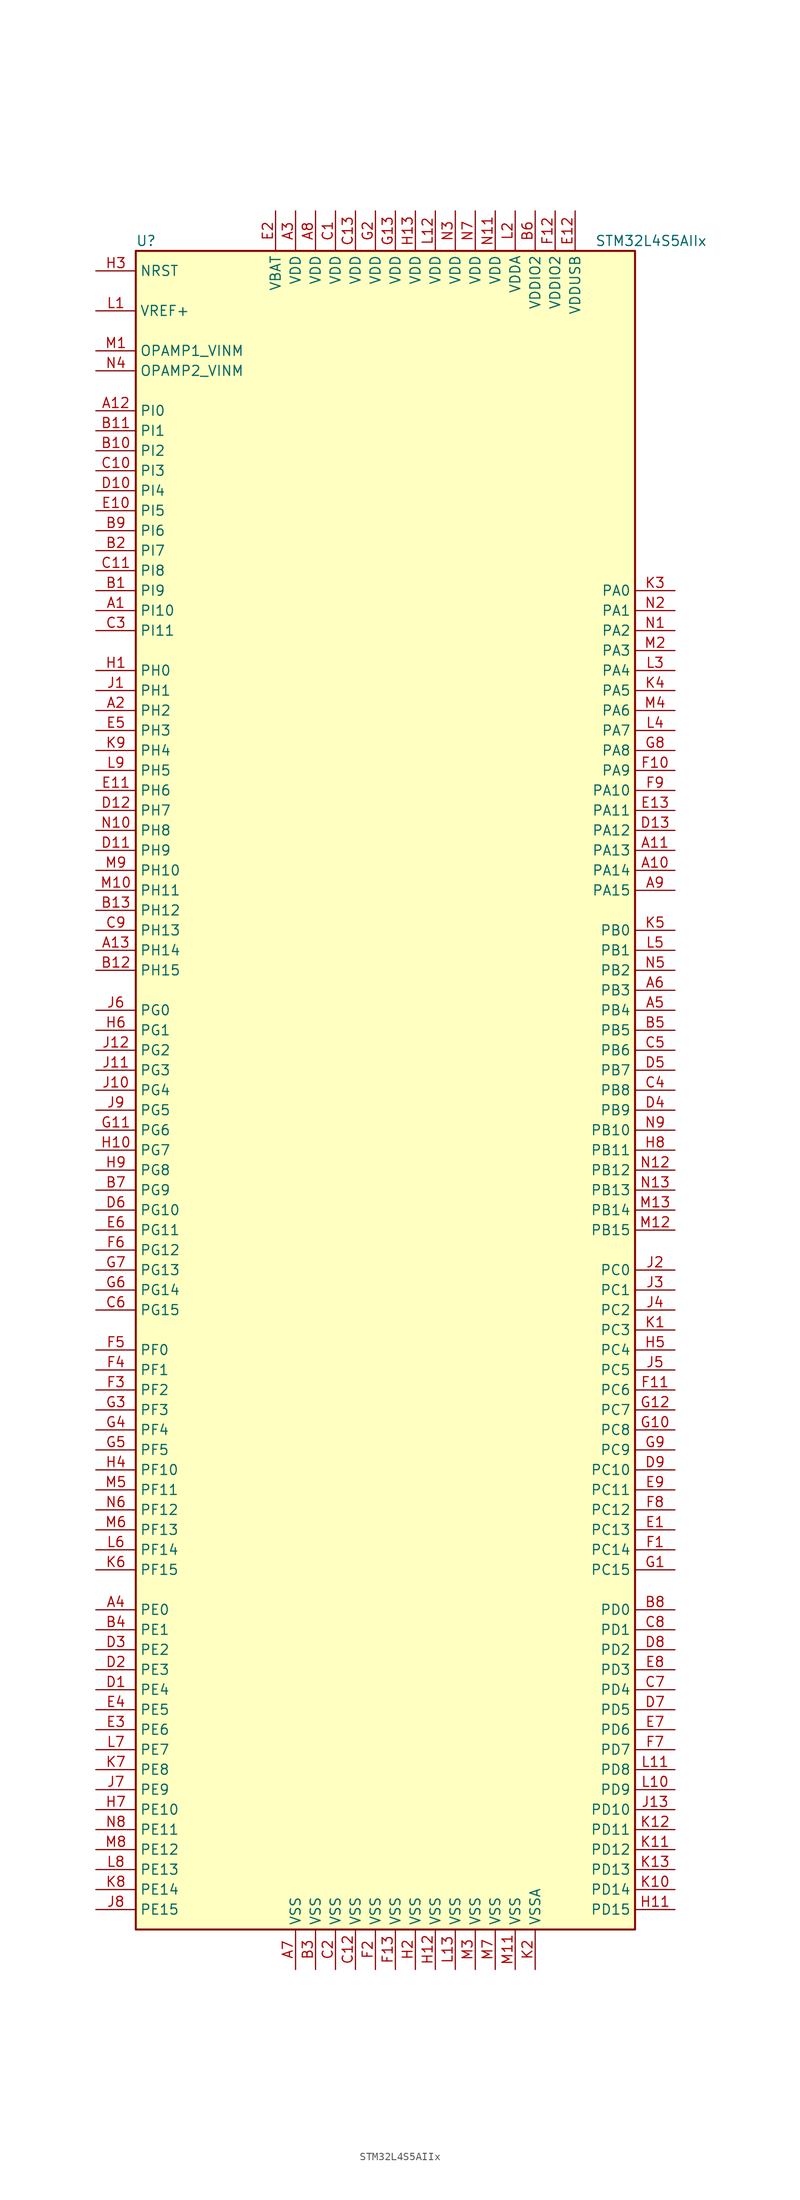
<source format=kicad_sym>
(kicad_symbol_lib
  (version 20220914)
  (generator kicad_symbol_editor)
  (symbol "STM32L4S5AIIx"
    (property "Reference" "U"
      (at -33.02 107.95 0)
      (effects (font (size 1.27 1.27)) (justify left)))
    (property "Value" "STM32L4S5AIIx"
      (at 25.4 107.95 0)
      (effects (font (size 1.27 1.27)) (justify left)))
    (symbol "STM32L4S5AIIx_0_1"
      (rectangle (start -33.02 -106.68) (end 30.48 106.68) (stroke (width 0.254) (type default)) (fill (type background))))
    (symbol "STM32L4S5AIIx_1_1"
      (pin bidirectional line (at -38.1 60.96 0) (length 5.08) (name "PI10" (effects (font (size 1.27 1.27)))) (number "A1" (effects (font (size 1.27 1.27)))))
      (pin bidirectional line (at 35.56 27.94 180) (length 5.08) (name "PA14" (effects (font (size 1.27 1.27)))) (number "A10" (effects (font (size 1.27 1.27)))))
      (pin bidirectional line (at 35.56 30.48 180) (length 5.08) (name "PA13" (effects (font (size 1.27 1.27)))) (number "A11" (effects (font (size 1.27 1.27)))))
      (pin bidirectional line (at -38.1 86.36 0) (length 5.08) (name "PI0" (effects (font (size 1.27 1.27)))) (number "A12" (effects (font (size 1.27 1.27)))))
      (pin bidirectional line (at -38.1 17.78 0) (length 5.08) (name "PH14" (effects (font (size 1.27 1.27)))) (number "A13" (effects (font (size 1.27 1.27)))))
      (pin bidirectional line (at -38.1 48.26 0) (length 5.08) (name "PH2" (effects (font (size 1.27 1.27)))) (number "A2" (effects (font (size 1.27 1.27)))))
      (pin power_in line (at -12.7 111.76 270) (length 5.08) (name "VDD" (effects (font (size 1.27 1.27)))) (number "A3" (effects (font (size 1.27 1.27)))))
      (pin bidirectional line (at -38.1 -66.04 0) (length 5.08) (name "PE0" (effects (font (size 1.27 1.27)))) (number "A4" (effects (font (size 1.27 1.27)))))
      (pin bidirectional line (at 35.56 10.16 180) (length 5.08) (name "PB4" (effects (font (size 1.27 1.27)))) (number "A5" (effects (font (size 1.27 1.27)))))
      (pin bidirectional line (at 35.56 12.7 180) (length 5.08) (name "PB3" (effects (font (size 1.27 1.27)))) (number "A6" (effects (font (size 1.27 1.27)))))
      (pin power_in line (at -12.7 -111.76 90) (length 5.08) (name "VSS" (effects (font (size 1.27 1.27)))) (number "A7" (effects (font (size 1.27 1.27)))))
      (pin power_in line (at -10.16 111.76 270) (length 5.08) (name "VDD" (effects (font (size 1.27 1.27)))) (number "A8" (effects (font (size 1.27 1.27)))))
      (pin bidirectional line (at 35.56 25.4 180) (length 5.08) (name "PA15" (effects (font (size 1.27 1.27)))) (number "A9" (effects (font (size 1.27 1.27)))))
      (pin bidirectional line (at -38.1 63.5 0) (length 5.08) (name "PI9" (effects (font (size 1.27 1.27)))) (number "B1" (effects (font (size 1.27 1.27)))))
      (pin bidirectional line (at -38.1 81.28 0) (length 5.08) (name "PI2" (effects (font (size 1.27 1.27)))) (number "B10" (effects (font (size 1.27 1.27)))))
      (pin bidirectional line (at -38.1 83.82 0) (length 5.08) (name "PI1" (effects (font (size 1.27 1.27)))) (number "B11" (effects (font (size 1.27 1.27)))))
      (pin bidirectional line (at -38.1 15.24 0) (length 5.08) (name "PH15" (effects (font (size 1.27 1.27)))) (number "B12" (effects (font (size 1.27 1.27)))))
      (pin bidirectional line (at -38.1 22.86 0) (length 5.08) (name "PH12" (effects (font (size 1.27 1.27)))) (number "B13" (effects (font (size 1.27 1.27)))))
      (pin bidirectional line (at -38.1 68.58 0) (length 5.08) (name "PI7" (effects (font (size 1.27 1.27)))) (number "B2" (effects (font (size 1.27 1.27)))))
      (pin power_in line (at -10.16 -111.76 90) (length 5.08) (name "VSS" (effects (font (size 1.27 1.27)))) (number "B3" (effects (font (size 1.27 1.27)))))
      (pin bidirectional line (at -38.1 -68.58 0) (length 5.08) (name "PE1" (effects (font (size 1.27 1.27)))) (number "B4" (effects (font (size 1.27 1.27)))))
      (pin bidirectional line (at 35.56 7.62 180) (length 5.08) (name "PB5" (effects (font (size 1.27 1.27)))) (number "B5" (effects (font (size 1.27 1.27)))))
      (pin power_in line (at 17.78 111.76 270) (length 5.08) (name "VDDIO2" (effects (font (size 1.27 1.27)))) (number "B6" (effects (font (size 1.27 1.27)))))
      (pin bidirectional line (at -38.1 -12.7 0) (length 5.08) (name "PG9" (effects (font (size 1.27 1.27)))) (number "B7" (effects (font (size 1.27 1.27)))))
      (pin bidirectional line (at 35.56 -66.04 180) (length 5.08) (name "PD0" (effects (font (size 1.27 1.27)))) (number "B8" (effects (font (size 1.27 1.27)))))
      (pin bidirectional line (at -38.1 71.12 0) (length 5.08) (name "PI6" (effects (font (size 1.27 1.27)))) (number "B9" (effects (font (size 1.27 1.27)))))
      (pin power_in line (at -7.62 111.76 270) (length 5.08) (name "VDD" (effects (font (size 1.27 1.27)))) (number "C1" (effects (font (size 1.27 1.27)))))
      (pin bidirectional line (at -38.1 78.74 0) (length 5.08) (name "PI3" (effects (font (size 1.27 1.27)))) (number "C10" (effects (font (size 1.27 1.27)))))
      (pin bidirectional line (at -38.1 66.04 0) (length 5.08) (name "PI8" (effects (font (size 1.27 1.27)))) (number "C11" (effects (font (size 1.27 1.27)))))
      (pin power_in line (at -5.08 -111.76 90) (length 5.08) (name "VSS" (effects (font (size 1.27 1.27)))) (number "C12" (effects (font (size 1.27 1.27)))))
      (pin power_in line (at -5.08 111.76 270) (length 5.08) (name "VDD" (effects (font (size 1.27 1.27)))) (number "C13" (effects (font (size 1.27 1.27)))))
      (pin power_in line (at -7.62 -111.76 90) (length 5.08) (name "VSS" (effects (font (size 1.27 1.27)))) (number "C2" (effects (font (size 1.27 1.27)))))
      (pin bidirectional line (at -38.1 58.42 0) (length 5.08) (name "PI11" (effects (font (size 1.27 1.27)))) (number "C3" (effects (font (size 1.27 1.27)))))
      (pin bidirectional line (at 35.56 0 180) (length 5.08) (name "PB8" (effects (font (size 1.27 1.27)))) (number "C4" (effects (font (size 1.27 1.27)))))
      (pin bidirectional line (at 35.56 5.08 180) (length 5.08) (name "PB6" (effects (font (size 1.27 1.27)))) (number "C5" (effects (font (size 1.27 1.27)))))
      (pin bidirectional line (at -38.1 -27.94 0) (length 5.08) (name "PG15" (effects (font (size 1.27 1.27)))) (number "C6" (effects (font (size 1.27 1.27)))))
      (pin bidirectional line (at 35.56 -76.2 180) (length 5.08) (name "PD4" (effects (font (size 1.27 1.27)))) (number "C7" (effects (font (size 1.27 1.27)))))
      (pin bidirectional line (at 35.56 -68.58 180) (length 5.08) (name "PD1" (effects (font (size 1.27 1.27)))) (number "C8" (effects (font (size 1.27 1.27)))))
      (pin bidirectional line (at -38.1 20.32 0) (length 5.08) (name "PH13" (effects (font (size 1.27 1.27)))) (number "C9" (effects (font (size 1.27 1.27)))))
      (pin bidirectional line (at -38.1 -76.2 0) (length 5.08) (name "PE4" (effects (font (size 1.27 1.27)))) (number "D1" (effects (font (size 1.27 1.27)))))
      (pin bidirectional line (at -38.1 76.2 0) (length 5.08) (name "PI4" (effects (font (size 1.27 1.27)))) (number "D10" (effects (font (size 1.27 1.27)))))
      (pin bidirectional line (at -38.1 30.48 0) (length 5.08) (name "PH9" (effects (font (size 1.27 1.27)))) (number "D11" (effects (font (size 1.27 1.27)))))
      (pin bidirectional line (at -38.1 35.56 0) (length 5.08) (name "PH7" (effects (font (size 1.27 1.27)))) (number "D12" (effects (font (size 1.27 1.27)))))
      (pin bidirectional line (at 35.56 33.02 180) (length 5.08) (name "PA12" (effects (font (size 1.27 1.27)))) (number "D13" (effects (font (size 1.27 1.27)))))
      (pin bidirectional line (at -38.1 -73.66 0) (length 5.08) (name "PE3" (effects (font (size 1.27 1.27)))) (number "D2" (effects (font (size 1.27 1.27)))))
      (pin bidirectional line (at -38.1 -71.12 0) (length 5.08) (name "PE2" (effects (font (size 1.27 1.27)))) (number "D3" (effects (font (size 1.27 1.27)))))
      (pin bidirectional line (at 35.56 -2.54 180) (length 5.08) (name "PB9" (effects (font (size 1.27 1.27)))) (number "D4" (effects (font (size 1.27 1.27)))))
      (pin bidirectional line (at 35.56 2.54 180) (length 5.08) (name "PB7" (effects (font (size 1.27 1.27)))) (number "D5" (effects (font (size 1.27 1.27)))))
      (pin bidirectional line (at -38.1 -15.24 0) (length 5.08) (name "PG10" (effects (font (size 1.27 1.27)))) (number "D6" (effects (font (size 1.27 1.27)))))
      (pin bidirectional line (at 35.56 -78.74 180) (length 5.08) (name "PD5" (effects (font (size 1.27 1.27)))) (number "D7" (effects (font (size 1.27 1.27)))))
      (pin bidirectional line (at 35.56 -71.12 180) (length 5.08) (name "PD2" (effects (font (size 1.27 1.27)))) (number "D8" (effects (font (size 1.27 1.27)))))
      (pin bidirectional line (at 35.56 -48.26 180) (length 5.08) (name "PC10" (effects (font (size 1.27 1.27)))) (number "D9" (effects (font (size 1.27 1.27)))))
      (pin bidirectional line (at 35.56 -55.88 180) (length 5.08) (name "PC13" (effects (font (size 1.27 1.27)))) (number "E1" (effects (font (size 1.27 1.27)))))
      (pin bidirectional line (at -38.1 73.66 0) (length 5.08) (name "PI5" (effects (font (size 1.27 1.27)))) (number "E10" (effects (font (size 1.27 1.27)))))
      (pin bidirectional line (at -38.1 38.1 0) (length 5.08) (name "PH6" (effects (font (size 1.27 1.27)))) (number "E11" (effects (font (size 1.27 1.27)))))
      (pin power_in line (at 22.86 111.76 270) (length 5.08) (name "VDDUSB" (effects (font (size 1.27 1.27)))) (number "E12" (effects (font (size 1.27 1.27)))))
      (pin bidirectional line (at 35.56 35.56 180) (length 5.08) (name "PA11" (effects (font (size 1.27 1.27)))) (number "E13" (effects (font (size 1.27 1.27)))))
      (pin power_in line (at -15.24 111.76 270) (length 5.08) (name "VBAT" (effects (font (size 1.27 1.27)))) (number "E2" (effects (font (size 1.27 1.27)))))
      (pin bidirectional line (at -38.1 -81.28 0) (length 5.08) (name "PE6" (effects (font (size 1.27 1.27)))) (number "E3" (effects (font (size 1.27 1.27)))))
      (pin bidirectional line (at -38.1 -78.74 0) (length 5.08) (name "PE5" (effects (font (size 1.27 1.27)))) (number "E4" (effects (font (size 1.27 1.27)))))
      (pin bidirectional line (at -38.1 45.72 0) (length 5.08) (name "PH3" (effects (font (size 1.27 1.27)))) (number "E5" (effects (font (size 1.27 1.27)))))
      (pin bidirectional line (at -38.1 -17.78 0) (length 5.08) (name "PG11" (effects (font (size 1.27 1.27)))) (number "E6" (effects (font (size 1.27 1.27)))))
      (pin bidirectional line (at 35.56 -81.28 180) (length 5.08) (name "PD6" (effects (font (size 1.27 1.27)))) (number "E7" (effects (font (size 1.27 1.27)))))
      (pin bidirectional line (at 35.56 -73.66 180) (length 5.08) (name "PD3" (effects (font (size 1.27 1.27)))) (number "E8" (effects (font (size 1.27 1.27)))))
      (pin bidirectional line (at 35.56 -50.8 180) (length 5.08) (name "PC11" (effects (font (size 1.27 1.27)))) (number "E9" (effects (font (size 1.27 1.27)))))
      (pin bidirectional line (at 35.56 -58.42 180) (length 5.08) (name "PC14" (effects (font (size 1.27 1.27)))) (number "F1" (effects (font (size 1.27 1.27)))))
      (pin bidirectional line (at 35.56 40.64 180) (length 5.08) (name "PA9" (effects (font (size 1.27 1.27)))) (number "F10" (effects (font (size 1.27 1.27)))))
      (pin bidirectional line (at 35.56 -38.1 180) (length 5.08) (name "PC6" (effects (font (size 1.27 1.27)))) (number "F11" (effects (font (size 1.27 1.27)))))
      (pin power_in line (at 20.32 111.76 270) (length 5.08) (name "VDDIO2" (effects (font (size 1.27 1.27)))) (number "F12" (effects (font (size 1.27 1.27)))))
      (pin power_in line (at 0 -111.76 90) (length 5.08) (name "VSS" (effects (font (size 1.27 1.27)))) (number "F13" (effects (font (size 1.27 1.27)))))
      (pin power_in line (at -2.54 -111.76 90) (length 5.08) (name "VSS" (effects (font (size 1.27 1.27)))) (number "F2" (effects (font (size 1.27 1.27)))))
      (pin bidirectional line (at -38.1 -38.1 0) (length 5.08) (name "PF2" (effects (font (size 1.27 1.27)))) (number "F3" (effects (font (size 1.27 1.27)))))
      (pin bidirectional line (at -38.1 -35.56 0) (length 5.08) (name "PF1" (effects (font (size 1.27 1.27)))) (number "F4" (effects (font (size 1.27 1.27)))))
      (pin bidirectional line (at -38.1 -33.02 0) (length 5.08) (name "PF0" (effects (font (size 1.27 1.27)))) (number "F5" (effects (font (size 1.27 1.27)))))
      (pin bidirectional line (at -38.1 -20.32 0) (length 5.08) (name "PG12" (effects (font (size 1.27 1.27)))) (number "F6" (effects (font (size 1.27 1.27)))))
      (pin bidirectional line (at 35.56 -83.82 180) (length 5.08) (name "PD7" (effects (font (size 1.27 1.27)))) (number "F7" (effects (font (size 1.27 1.27)))))
      (pin bidirectional line (at 35.56 -53.34 180) (length 5.08) (name "PC12" (effects (font (size 1.27 1.27)))) (number "F8" (effects (font (size 1.27 1.27)))))
      (pin bidirectional line (at 35.56 38.1 180) (length 5.08) (name "PA10" (effects (font (size 1.27 1.27)))) (number "F9" (effects (font (size 1.27 1.27)))))
      (pin bidirectional line (at 35.56 -60.96 180) (length 5.08) (name "PC15" (effects (font (size 1.27 1.27)))) (number "G1" (effects (font (size 1.27 1.27)))))
      (pin bidirectional line (at 35.56 -43.18 180) (length 5.08) (name "PC8" (effects (font (size 1.27 1.27)))) (number "G10" (effects (font (size 1.27 1.27)))))
      (pin bidirectional line (at -38.1 -5.08 0) (length 5.08) (name "PG6" (effects (font (size 1.27 1.27)))) (number "G11" (effects (font (size 1.27 1.27)))))
      (pin bidirectional line (at 35.56 -40.64 180) (length 5.08) (name "PC7" (effects (font (size 1.27 1.27)))) (number "G12" (effects (font (size 1.27 1.27)))))
      (pin power_in line (at 0 111.76 270) (length 5.08) (name "VDD" (effects (font (size 1.27 1.27)))) (number "G13" (effects (font (size 1.27 1.27)))))
      (pin power_in line (at -2.54 111.76 270) (length 5.08) (name "VDD" (effects (font (size 1.27 1.27)))) (number "G2" (effects (font (size 1.27 1.27)))))
      (pin bidirectional line (at -38.1 -40.64 0) (length 5.08) (name "PF3" (effects (font (size 1.27 1.27)))) (number "G3" (effects (font (size 1.27 1.27)))))
      (pin bidirectional line (at -38.1 -43.18 0) (length 5.08) (name "PF4" (effects (font (size 1.27 1.27)))) (number "G4" (effects (font (size 1.27 1.27)))))
      (pin bidirectional line (at -38.1 -45.72 0) (length 5.08) (name "PF5" (effects (font (size 1.27 1.27)))) (number "G5" (effects (font (size 1.27 1.27)))))
      (pin bidirectional line (at -38.1 -25.4 0) (length 5.08) (name "PG14" (effects (font (size 1.27 1.27)))) (number "G6" (effects (font (size 1.27 1.27)))))
      (pin bidirectional line (at -38.1 -22.86 0) (length 5.08) (name "PG13" (effects (font (size 1.27 1.27)))) (number "G7" (effects (font (size 1.27 1.27)))))
      (pin bidirectional line (at 35.56 43.18 180) (length 5.08) (name "PA8" (effects (font (size 1.27 1.27)))) (number "G8" (effects (font (size 1.27 1.27)))))
      (pin bidirectional line (at 35.56 -45.72 180) (length 5.08) (name "PC9" (effects (font (size 1.27 1.27)))) (number "G9" (effects (font (size 1.27 1.27)))))
      (pin input line (at -38.1 53.34 0) (length 5.08) (name "PH0" (effects (font (size 1.27 1.27)))) (number "H1" (effects (font (size 1.27 1.27)))))
      (pin bidirectional line (at -38.1 -7.62 0) (length 5.08) (name "PG7" (effects (font (size 1.27 1.27)))) (number "H10" (effects (font (size 1.27 1.27)))))
      (pin bidirectional line (at 35.56 -104.14 180) (length 5.08) (name "PD15" (effects (font (size 1.27 1.27)))) (number "H11" (effects (font (size 1.27 1.27)))))
      (pin power_in line (at 5.08 -111.76 90) (length 5.08) (name "VSS" (effects (font (size 1.27 1.27)))) (number "H12" (effects (font (size 1.27 1.27)))))
      (pin power_in line (at 2.54 111.76 270) (length 5.08) (name "VDD" (effects (font (size 1.27 1.27)))) (number "H13" (effects (font (size 1.27 1.27)))))
      (pin power_in line (at 2.54 -111.76 90) (length 5.08) (name "VSS" (effects (font (size 1.27 1.27)))) (number "H2" (effects (font (size 1.27 1.27)))))
      (pin input line (at -38.1 104.14 0) (length 5.08) (name "NRST" (effects (font (size 1.27 1.27)))) (number "H3" (effects (font (size 1.27 1.27)))))
      (pin bidirectional line (at -38.1 -48.26 0) (length 5.08) (name "PF10" (effects (font (size 1.27 1.27)))) (number "H4" (effects (font (size 1.27 1.27)))))
      (pin bidirectional line (at 35.56 -33.02 180) (length 5.08) (name "PC4" (effects (font (size 1.27 1.27)))) (number "H5" (effects (font (size 1.27 1.27)))))
      (pin bidirectional line (at -38.1 7.62 0) (length 5.08) (name "PG1" (effects (font (size 1.27 1.27)))) (number "H6" (effects (font (size 1.27 1.27)))))
      (pin bidirectional line (at -38.1 -91.44 0) (length 5.08) (name "PE10" (effects (font (size 1.27 1.27)))) (number "H7" (effects (font (size 1.27 1.27)))))
      (pin bidirectional line (at 35.56 -7.62 180) (length 5.08) (name "PB11" (effects (font (size 1.27 1.27)))) (number "H8" (effects (font (size 1.27 1.27)))))
      (pin bidirectional line (at -38.1 -10.16 0) (length 5.08) (name "PG8" (effects (font (size 1.27 1.27)))) (number "H9" (effects (font (size 1.27 1.27)))))
      (pin input line (at -38.1 50.8 0) (length 5.08) (name "PH1" (effects (font (size 1.27 1.27)))) (number "J1" (effects (font (size 1.27 1.27)))))
      (pin bidirectional line (at -38.1 0 0) (length 5.08) (name "PG4" (effects (font (size 1.27 1.27)))) (number "J10" (effects (font (size 1.27 1.27)))))
      (pin bidirectional line (at -38.1 2.54 0) (length 5.08) (name "PG3" (effects (font (size 1.27 1.27)))) (number "J11" (effects (font (size 1.27 1.27)))))
      (pin bidirectional line (at -38.1 5.08 0) (length 5.08) (name "PG2" (effects (font (size 1.27 1.27)))) (number "J12" (effects (font (size 1.27 1.27)))))
      (pin bidirectional line (at 35.56 -91.44 180) (length 5.08) (name "PD10" (effects (font (size 1.27 1.27)))) (number "J13" (effects (font (size 1.27 1.27)))))
      (pin bidirectional line (at 35.56 -22.86 180) (length 5.08) (name "PC0" (effects (font (size 1.27 1.27)))) (number "J2" (effects (font (size 1.27 1.27)))))
      (pin bidirectional line (at 35.56 -25.4 180) (length 5.08) (name "PC1" (effects (font (size 1.27 1.27)))) (number "J3" (effects (font (size 1.27 1.27)))))
      (pin bidirectional line (at 35.56 -27.94 180) (length 5.08) (name "PC2" (effects (font (size 1.27 1.27)))) (number "J4" (effects (font (size 1.27 1.27)))))
      (pin bidirectional line (at 35.56 -35.56 180) (length 5.08) (name "PC5" (effects (font (size 1.27 1.27)))) (number "J5" (effects (font (size 1.27 1.27)))))
      (pin bidirectional line (at -38.1 10.16 0) (length 5.08) (name "PG0" (effects (font (size 1.27 1.27)))) (number "J6" (effects (font (size 1.27 1.27)))))
      (pin bidirectional line (at -38.1 -88.9 0) (length 5.08) (name "PE9" (effects (font (size 1.27 1.27)))) (number "J7" (effects (font (size 1.27 1.27)))))
      (pin bidirectional line (at -38.1 -104.14 0) (length 5.08) (name "PE15" (effects (font (size 1.27 1.27)))) (number "J8" (effects (font (size 1.27 1.27)))))
      (pin bidirectional line (at -38.1 -2.54 0) (length 5.08) (name "PG5" (effects (font (size 1.27 1.27)))) (number "J9" (effects (font (size 1.27 1.27)))))
      (pin bidirectional line (at 35.56 -30.48 180) (length 5.08) (name "PC3" (effects (font (size 1.27 1.27)))) (number "K1" (effects (font (size 1.27 1.27)))))
      (pin bidirectional line (at 35.56 -101.6 180) (length 5.08) (name "PD14" (effects (font (size 1.27 1.27)))) (number "K10" (effects (font (size 1.27 1.27)))))
      (pin bidirectional line (at 35.56 -96.52 180) (length 5.08) (name "PD12" (effects (font (size 1.27 1.27)))) (number "K11" (effects (font (size 1.27 1.27)))))
      (pin bidirectional line (at 35.56 -93.98 180) (length 5.08) (name "PD11" (effects (font (size 1.27 1.27)))) (number "K12" (effects (font (size 1.27 1.27)))))
      (pin bidirectional line (at 35.56 -99.06 180) (length 5.08) (name "PD13" (effects (font (size 1.27 1.27)))) (number "K13" (effects (font (size 1.27 1.27)))))
      (pin power_in line (at 17.78 -111.76 90) (length 5.08) (name "VSSA" (effects (font (size 1.27 1.27)))) (number "K2" (effects (font (size 1.27 1.27)))))
      (pin bidirectional line (at 35.56 63.5 180) (length 5.08) (name "PA0" (effects (font (size 1.27 1.27)))) (number "K3" (effects (font (size 1.27 1.27)))))
      (pin bidirectional line (at 35.56 50.8 180) (length 5.08) (name "PA5" (effects (font (size 1.27 1.27)))) (number "K4" (effects (font (size 1.27 1.27)))))
      (pin bidirectional line (at 35.56 20.32 180) (length 5.08) (name "PB0" (effects (font (size 1.27 1.27)))) (number "K5" (effects (font (size 1.27 1.27)))))
      (pin bidirectional line (at -38.1 -60.96 0) (length 5.08) (name "PF15" (effects (font (size 1.27 1.27)))) (number "K6" (effects (font (size 1.27 1.27)))))
      (pin bidirectional line (at -38.1 -86.36 0) (length 5.08) (name "PE8" (effects (font (size 1.27 1.27)))) (number "K7" (effects (font (size 1.27 1.27)))))
      (pin bidirectional line (at -38.1 -101.6 0) (length 5.08) (name "PE14" (effects (font (size 1.27 1.27)))) (number "K8" (effects (font (size 1.27 1.27)))))
      (pin bidirectional line (at -38.1 43.18 0) (length 5.08) (name "PH4" (effects (font (size 1.27 1.27)))) (number "K9" (effects (font (size 1.27 1.27)))))
      (pin bidirectional line (at -38.1 99.06 0) (length 5.08) (name "VREF+" (effects (font (size 1.27 1.27)))) (number "L1" (effects (font (size 1.27 1.27)))))
      (pin bidirectional line (at 35.56 -88.9 180) (length 5.08) (name "PD9" (effects (font (size 1.27 1.27)))) (number "L10" (effects (font (size 1.27 1.27)))))
      (pin bidirectional line (at 35.56 -86.36 180) (length 5.08) (name "PD8" (effects (font (size 1.27 1.27)))) (number "L11" (effects (font (size 1.27 1.27)))))
      (pin power_in line (at 5.08 111.76 270) (length 5.08) (name "VDD" (effects (font (size 1.27 1.27)))) (number "L12" (effects (font (size 1.27 1.27)))))
      (pin power_in line (at 7.62 -111.76 90) (length 5.08) (name "VSS" (effects (font (size 1.27 1.27)))) (number "L13" (effects (font (size 1.27 1.27)))))
      (pin power_in line (at 15.24 111.76 270) (length 5.08) (name "VDDA" (effects (font (size 1.27 1.27)))) (number "L2" (effects (font (size 1.27 1.27)))))
      (pin bidirectional line (at 35.56 53.34 180) (length 5.08) (name "PA4" (effects (font (size 1.27 1.27)))) (number "L3" (effects (font (size 1.27 1.27)))))
      (pin bidirectional line (at 35.56 45.72 180) (length 5.08) (name "PA7" (effects (font (size 1.27 1.27)))) (number "L4" (effects (font (size 1.27 1.27)))))
      (pin bidirectional line (at 35.56 17.78 180) (length 5.08) (name "PB1" (effects (font (size 1.27 1.27)))) (number "L5" (effects (font (size 1.27 1.27)))))
      (pin bidirectional line (at -38.1 -58.42 0) (length 5.08) (name "PF14" (effects (font (size 1.27 1.27)))) (number "L6" (effects (font (size 1.27 1.27)))))
      (pin bidirectional line (at -38.1 -83.82 0) (length 5.08) (name "PE7" (effects (font (size 1.27 1.27)))) (number "L7" (effects (font (size 1.27 1.27)))))
      (pin bidirectional line (at -38.1 -99.06 0) (length 5.08) (name "PE13" (effects (font (size 1.27 1.27)))) (number "L8" (effects (font (size 1.27 1.27)))))
      (pin bidirectional line (at -38.1 40.64 0) (length 5.08) (name "PH5" (effects (font (size 1.27 1.27)))) (number "L9" (effects (font (size 1.27 1.27)))))
      (pin bidirectional line (at -38.1 93.98 0) (length 5.08) (name "OPAMP1_VINM" (effects (font (size 1.27 1.27)))) (number "M1" (effects (font (size 1.27 1.27)))))
      (pin bidirectional line (at -38.1 25.4 0) (length 5.08) (name "PH11" (effects (font (size 1.27 1.27)))) (number "M10" (effects (font (size 1.27 1.27)))))
      (pin power_in line (at 15.24 -111.76 90) (length 5.08) (name "VSS" (effects (font (size 1.27 1.27)))) (number "M11" (effects (font (size 1.27 1.27)))))
      (pin bidirectional line (at 35.56 -17.78 180) (length 5.08) (name "PB15" (effects (font (size 1.27 1.27)))) (number "M12" (effects (font (size 1.27 1.27)))))
      (pin bidirectional line (at 35.56 -15.24 180) (length 5.08) (name "PB14" (effects (font (size 1.27 1.27)))) (number "M13" (effects (font (size 1.27 1.27)))))
      (pin bidirectional line (at 35.56 55.88 180) (length 5.08) (name "PA3" (effects (font (size 1.27 1.27)))) (number "M2" (effects (font (size 1.27 1.27)))))
      (pin power_in line (at 10.16 -111.76 90) (length 5.08) (name "VSS" (effects (font (size 1.27 1.27)))) (number "M3" (effects (font (size 1.27 1.27)))))
      (pin bidirectional line (at 35.56 48.26 180) (length 5.08) (name "PA6" (effects (font (size 1.27 1.27)))) (number "M4" (effects (font (size 1.27 1.27)))))
      (pin bidirectional line (at -38.1 -50.8 0) (length 5.08) (name "PF11" (effects (font (size 1.27 1.27)))) (number "M5" (effects (font (size 1.27 1.27)))))
      (pin bidirectional line (at -38.1 -55.88 0) (length 5.08) (name "PF13" (effects (font (size 1.27 1.27)))) (number "M6" (effects (font (size 1.27 1.27)))))
      (pin power_in line (at 12.7 -111.76 90) (length 5.08) (name "VSS" (effects (font (size 1.27 1.27)))) (number "M7" (effects (font (size 1.27 1.27)))))
      (pin bidirectional line (at -38.1 -96.52 0) (length 5.08) (name "PE12" (effects (font (size 1.27 1.27)))) (number "M8" (effects (font (size 1.27 1.27)))))
      (pin bidirectional line (at -38.1 27.94 0) (length 5.08) (name "PH10" (effects (font (size 1.27 1.27)))) (number "M9" (effects (font (size 1.27 1.27)))))
      (pin bidirectional line (at 35.56 58.42 180) (length 5.08) (name "PA2" (effects (font (size 1.27 1.27)))) (number "N1" (effects (font (size 1.27 1.27)))))
      (pin bidirectional line (at -38.1 33.02 0) (length 5.08) (name "PH8" (effects (font (size 1.27 1.27)))) (number "N10" (effects (font (size 1.27 1.27)))))
      (pin power_in line (at 12.7 111.76 270) (length 5.08) (name "VDD" (effects (font (size 1.27 1.27)))) (number "N11" (effects (font (size 1.27 1.27)))))
      (pin bidirectional line (at 35.56 -10.16 180) (length 5.08) (name "PB12" (effects (font (size 1.27 1.27)))) (number "N12" (effects (font (size 1.27 1.27)))))
      (pin bidirectional line (at 35.56 -12.7 180) (length 5.08) (name "PB13" (effects (font (size 1.27 1.27)))) (number "N13" (effects (font (size 1.27 1.27)))))
      (pin bidirectional line (at 35.56 60.96 180) (length 5.08) (name "PA1" (effects (font (size 1.27 1.27)))) (number "N2" (effects (font (size 1.27 1.27)))))
      (pin power_in line (at 7.62 111.76 270) (length 5.08) (name "VDD" (effects (font (size 1.27 1.27)))) (number "N3" (effects (font (size 1.27 1.27)))))
      (pin bidirectional line (at -38.1 91.44 0) (length 5.08) (name "OPAMP2_VINM" (effects (font (size 1.27 1.27)))) (number "N4" (effects (font (size 1.27 1.27)))))
      (pin bidirectional line (at 35.56 15.24 180) (length 5.08) (name "PB2" (effects (font (size 1.27 1.27)))) (number "N5" (effects (font (size 1.27 1.27)))))
      (pin bidirectional line (at -38.1 -53.34 0) (length 5.08) (name "PF12" (effects (font (size 1.27 1.27)))) (number "N6" (effects (font (size 1.27 1.27)))))
      (pin power_in line (at 10.16 111.76 270) (length 5.08) (name "VDD" (effects (font (size 1.27 1.27)))) (number "N7" (effects (font (size 1.27 1.27)))))
      (pin bidirectional line (at -38.1 -93.98 0) (length 5.08) (name "PE11" (effects (font (size 1.27 1.27)))) (number "N8" (effects (font (size 1.27 1.27)))))
      (pin bidirectional line (at 35.56 -5.08 180) (length 5.08) (name "PB10" (effects (font (size 1.27 1.27)))) (number "N9" (effects (font (size 1.27 1.27))))))))
</source>
